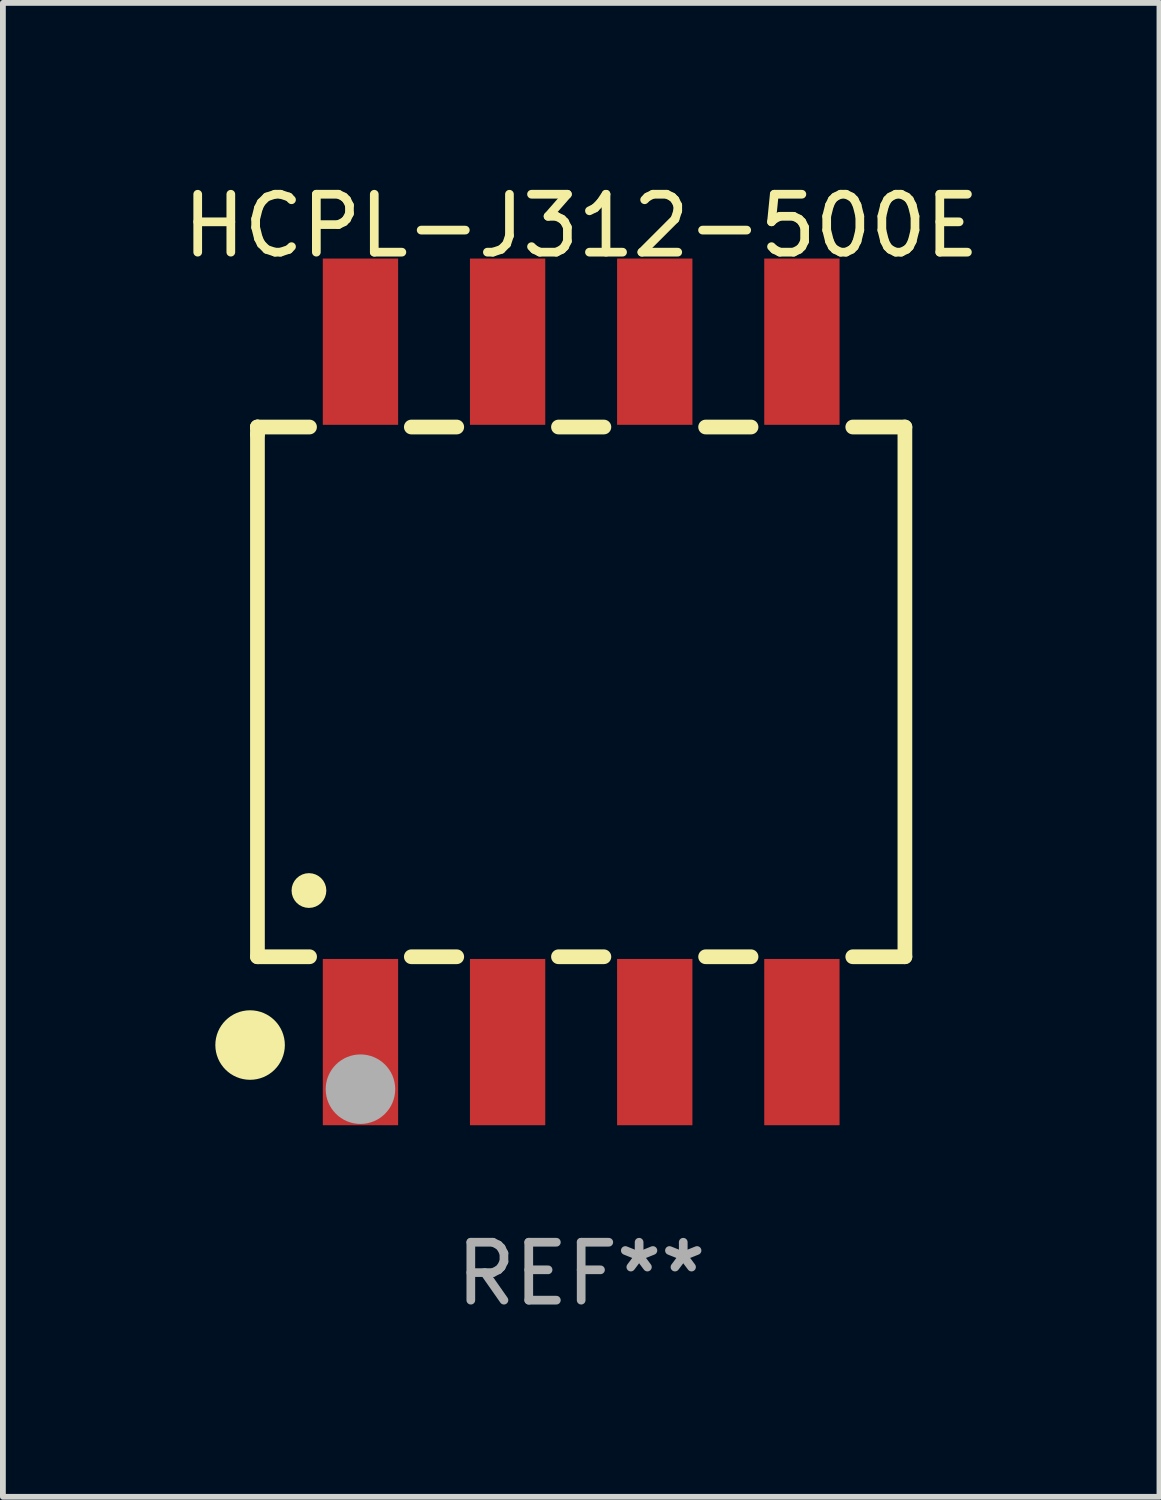
<source format=kicad_pcb>
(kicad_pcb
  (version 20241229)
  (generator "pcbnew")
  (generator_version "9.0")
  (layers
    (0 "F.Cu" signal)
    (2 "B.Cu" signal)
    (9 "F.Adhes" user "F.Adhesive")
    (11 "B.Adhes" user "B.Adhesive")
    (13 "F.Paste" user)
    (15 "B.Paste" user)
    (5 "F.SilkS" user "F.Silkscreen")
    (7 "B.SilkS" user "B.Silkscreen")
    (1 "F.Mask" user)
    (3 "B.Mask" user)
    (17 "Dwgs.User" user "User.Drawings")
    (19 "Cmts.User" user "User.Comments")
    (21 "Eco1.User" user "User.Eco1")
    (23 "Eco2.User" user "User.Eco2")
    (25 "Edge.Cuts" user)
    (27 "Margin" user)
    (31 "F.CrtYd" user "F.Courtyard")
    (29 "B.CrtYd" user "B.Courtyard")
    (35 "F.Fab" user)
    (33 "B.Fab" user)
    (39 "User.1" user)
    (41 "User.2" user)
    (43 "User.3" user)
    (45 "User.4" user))
  (footprint "HCPL-J312-500E"
    (layer "F.Cu")
    (at 6.982 8.893)
    (property "Reference" "HCPL-J312-500E" (at 0 -8.045 0) (layer "F.SilkS") (effects (font (size 1 1) (thickness 0.15))))
    (attr through_hole)
    (fp_line (start -5.588 -4.572) (end -5.588 -4.572) (stroke (width 0.254) (type solid)) (layer "F.SilkS"))
    (fp_line (start -5.588 -4.572) (end -5.588 -4.445) (stroke (width 0.254) (type solid)) (layer "F.SilkS"))
    (fp_line (start -5.588 -4.445) (end -5.588 4.572) (stroke (width 0.254) (type solid)) (layer "F.SilkS"))
    (fp_line (start -5.588 4.572) (end -4.688 4.572) (stroke (width 0.254) (type solid)) (layer "F.SilkS"))
    (fp_line (start -4.689 -4.572) (end -5.588 -4.572) (stroke (width 0.254) (type solid)) (layer "F.SilkS"))
    (fp_line (start -2.932 4.572) (end -2.148 4.572) (stroke (width 0.254) (type solid)) (layer "F.SilkS"))
    (fp_line (start -2.148 -4.572) (end -2.932 -4.572) (stroke (width 0.254) (type solid)) (layer "F.SilkS"))
    (fp_line (start -0.392 4.572) (end 0.392 4.572) (stroke (width 0.254) (type solid)) (layer "F.SilkS"))
    (fp_line (start 0.392 -4.572) (end -0.392 -4.572) (stroke (width 0.254) (type solid)) (layer "F.SilkS"))
    (fp_line (start 2.148 4.572) (end 2.932 4.572) (stroke (width 0.254) (type solid)) (layer "F.SilkS"))
    (fp_line (start 2.932 -4.572) (end 2.148 -4.572) (stroke (width 0.254) (type solid)) (layer "F.SilkS"))
    (fp_line (start 4.688 4.572) (end 5.588 4.572) (stroke (width 0.254) (type solid)) (layer "F.SilkS"))
    (fp_line (start 5.588 -4.572) (end 4.688 -4.572) (stroke (width 0.254) (type solid)) (layer "F.SilkS"))
    (fp_line (start 5.588 4.572) (end 5.588 -4.572) (stroke (width 0.254) (type solid)) (layer "F.SilkS"))
    (fp_circle (center -5.715 6.096) (end -5.415 6.096) (stroke (width 0.6) (type solid)) (fill no) (layer "F.SilkS"))
    (fp_circle (center -5.6 6.15) (end -5.57 6.15) (stroke (width 0.06) (type solid)) (fill no) (layer "F.SilkS"))
    (fp_circle (center -4.699 3.429) (end -4.549 3.429) (stroke (width 0.3) (type solid)) (fill no) (layer "F.SilkS"))
    (fp_circle (center -3.81 6.858) (end -3.51 6.858) (stroke (width 0.6) (type solid)) (fill no) (layer "F.Fab"))
    (fp_text user "REF**" (at 0 10.045 0) (layer "F.Fab") (effects (font (size 1 1) (thickness 0.15))))
    (pad "1" smd rect (at -3.81 6.045) (size 1.3 2.87) (layers "F.Cu" "F.Mask" "F.Paste"))
    (pad "2" smd rect (at -1.27 6.045) (size 1.3 2.87) (layers "F.Cu" "F.Mask" "F.Paste"))
    (pad "3" smd rect (at 1.27 6.045) (size 1.3 2.87) (layers "F.Cu" "F.Mask" "F.Paste"))
    (pad "4" smd rect (at 3.81 6.045) (size 1.3 2.87) (layers "F.Cu" "F.Mask" "F.Paste"))
    (pad "5" smd rect (at 3.81 -6.045) (size 1.3 2.87) (layers "F.Cu" "F.Mask" "F.Paste"))
    (pad "6" smd rect (at 1.27 -6.045) (size 1.3 2.87) (layers "F.Cu" "F.Mask" "F.Paste"))
    (pad "7" smd rect (at -1.27 -6.045) (size 1.3 2.87) (layers "F.Cu" "F.Mask" "F.Paste"))
    (pad "8" smd rect (at -3.81 -6.045) (size 1.3 2.87) (layers "F.Cu" "F.Mask" "F.Paste")))
  (gr_rect
    (start -3 -3)
    (end 16.964 22.787)
    (stroke (width 0.1) (type default))
    (fill no)
    (layer "Edge.Cuts")))
</source>
